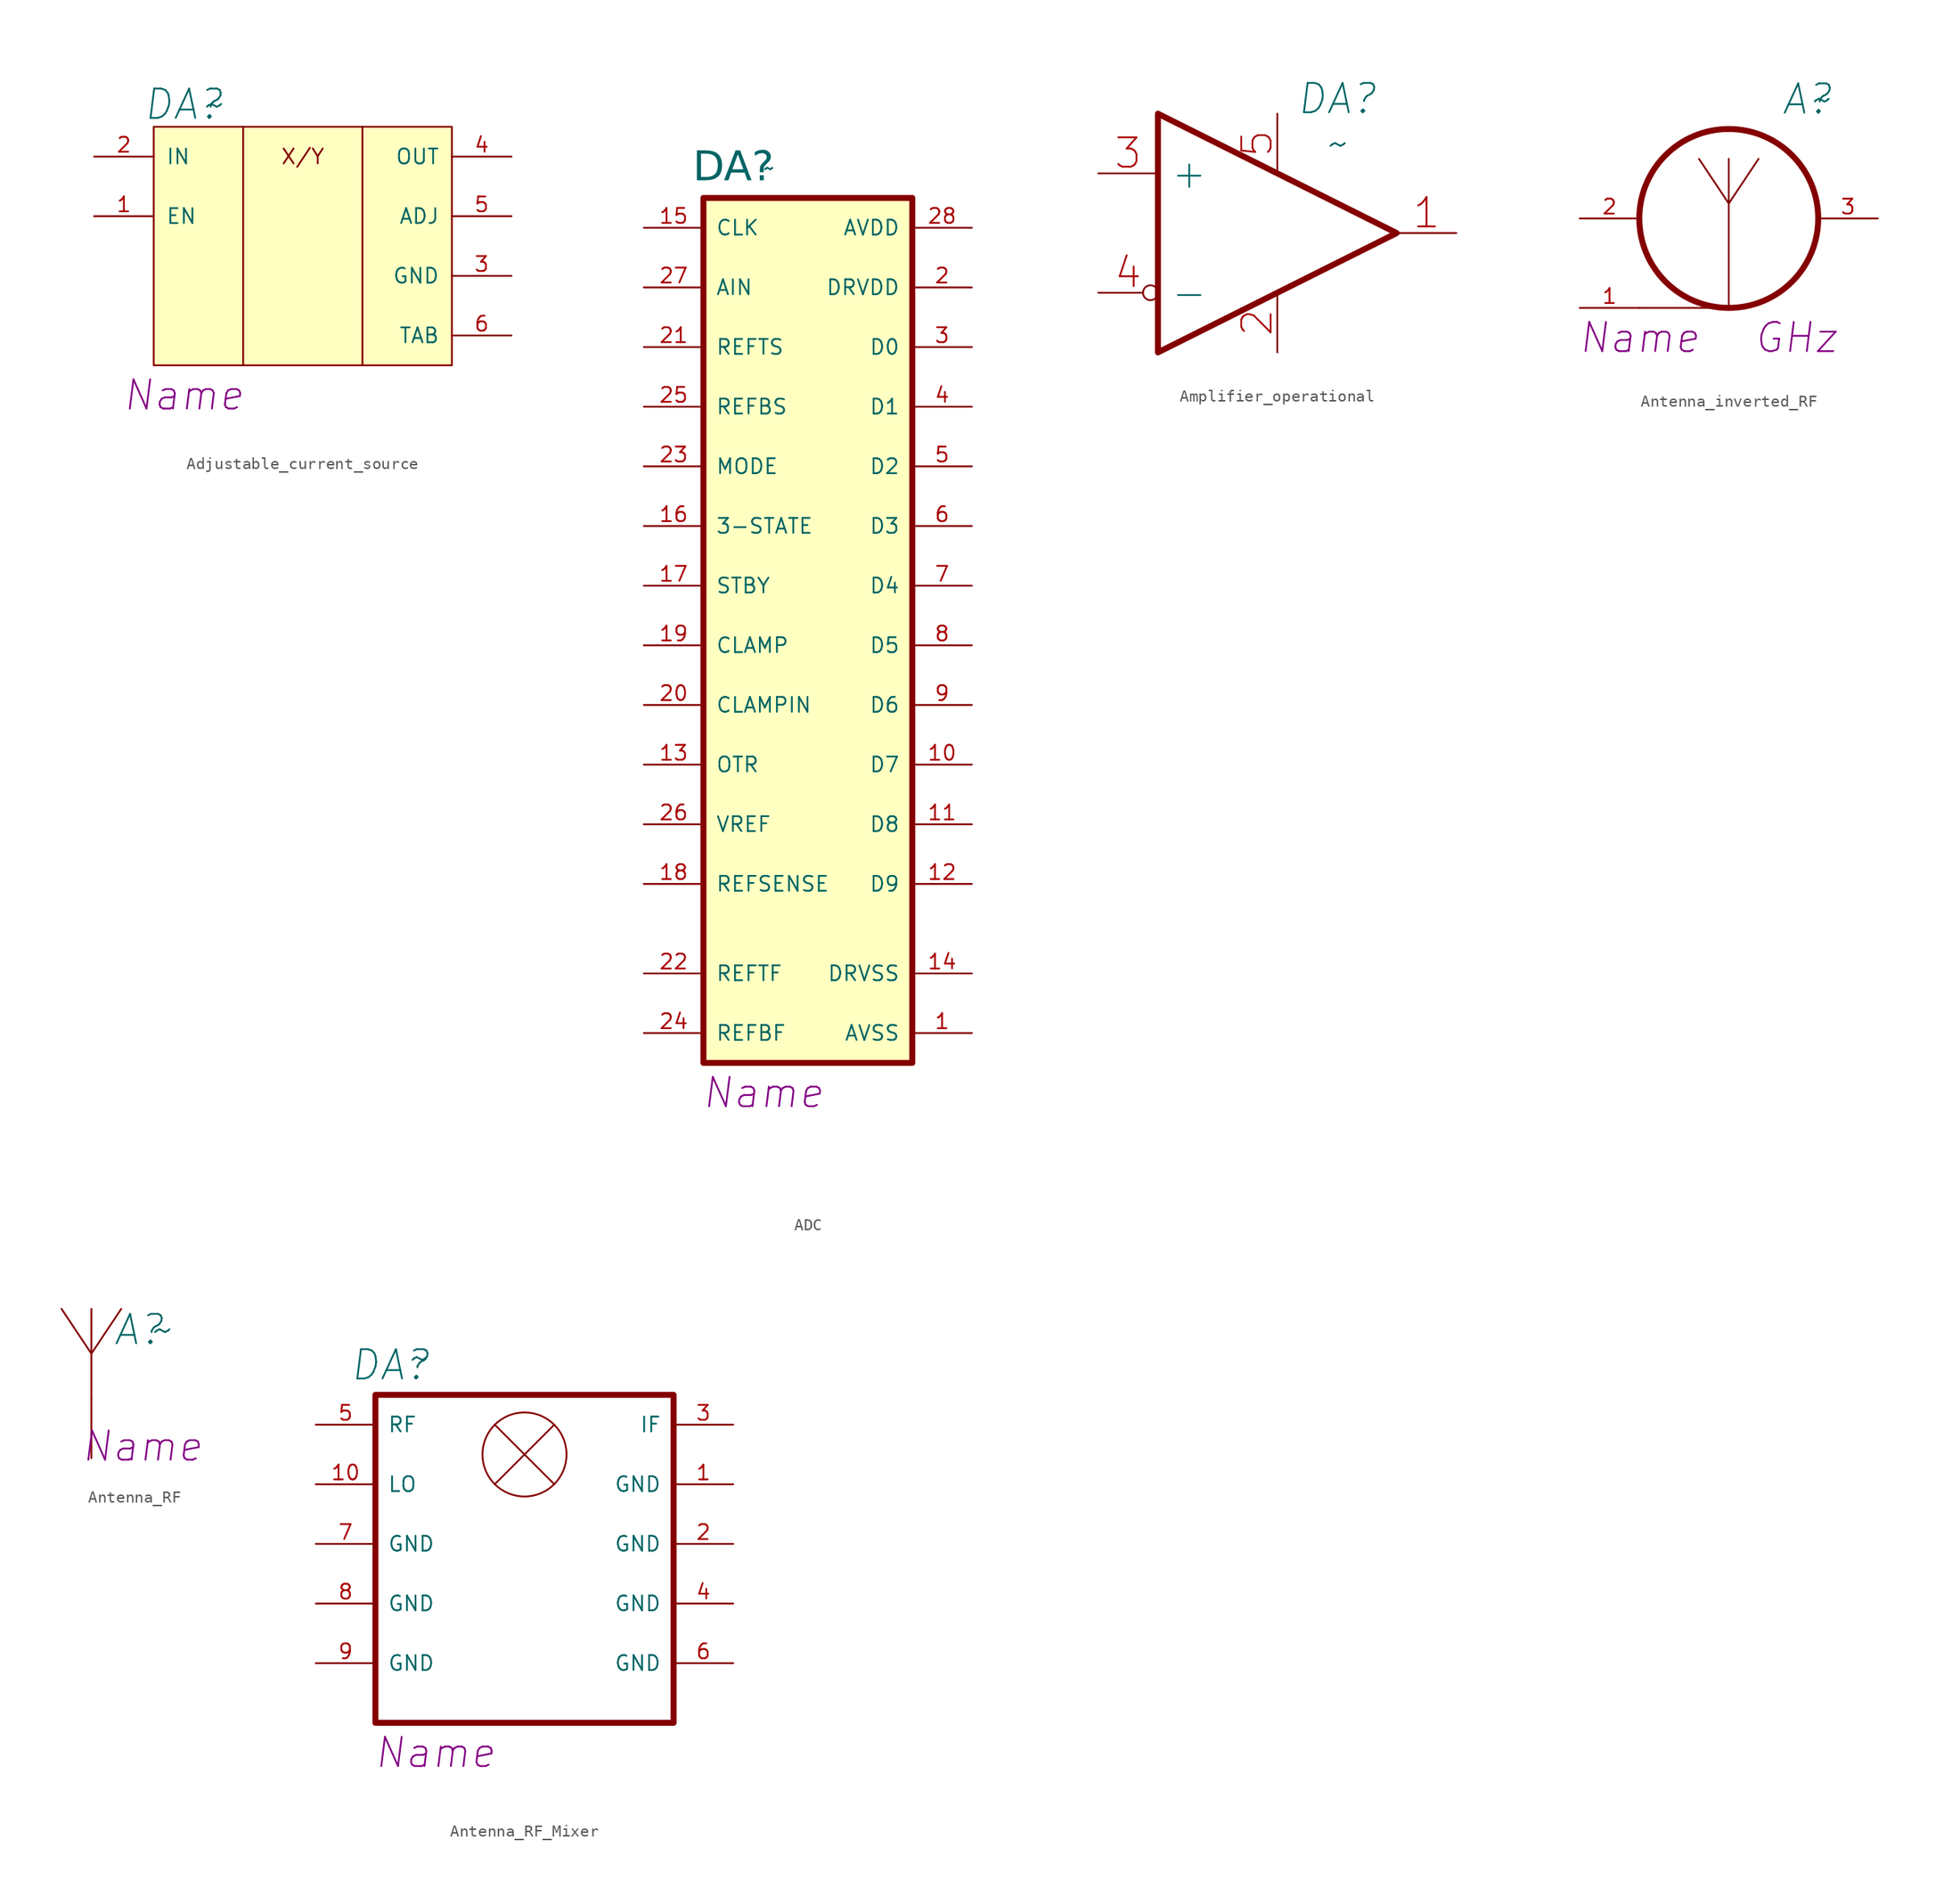
<source format=kicad_sym>
(kicad_symbol_lib
  (version 20241209)
  (generator "kicad_symbol_editor")
  (generator_version "9.0")
  (symbol "Adjustable_current_source"
    (pin_names
      (offset 1.016))
    (property "Reference" "DA"
      (at -10.16 9.525 0)
      (effects (font (size 2.5 2.5) (italic yes))))
    (property "Value" "~"
      (at -7.62 9.525 0)
      (effects (font (size 2.5 2.5) (italic yes))))
    (property "Name" "Name"
      (at -10.16 -15.24 0)
      (effects (font (size 2.489 2.489) (italic yes))))
    (symbol "Adjustable_current_source_0_1"
      (polyline (pts (xy -5.08 7.62) (xy -5.08 -12.7)) (stroke (width 0) (type solid)) (fill (type none)))
      (polyline (pts (xy 5.08 7.62) (xy 5.08 -12.7)) (stroke (width 0) (type solid)) (fill (type none))))
    (symbol "Adjustable_current_source_1_0"
      (text "X/Y" (at 0 5.08 0) (effects (font (size 1.27 1.27)))))
    (symbol "Adjustable_current_source_1_1"
      (rectangle (start -12.7 7.62) (end 12.7 -12.7) (stroke (width 0) (type solid)) (fill (type background)))
      (pin power_in line (at -17.78 5.08 0) (length 5.08) (name "IN" (effects (font (size 1.27 1.27)))) (number "2" (effects (font (size 1.27 1.27)))))
      (pin input line (at -17.78 0 0) (length 5.08) (name "EN" (effects (font (size 1.27 1.27)))) (number "1" (effects (font (size 1.27 1.27)))))
      (pin power_out line (at 17.78 5.08 180) (length 5.08) (name "OUT" (effects (font (size 1.27 1.27)))) (number "4" (effects (font (size 1.27 1.27)))))
      (pin input line (at 17.78 0 180) (length 5.08) (name "ADJ" (effects (font (size 1.27 1.27)))) (number "5" (effects (font (size 1.27 1.27)))))
      (pin power_in line (at 17.78 -5.08 180) (length 5.08) (name "GND" (effects (font (size 1.27 1.27)))) (number "3" (effects (font (size 1.27 1.27)))))
      (pin power_in line (at 17.78 -10.16 180) (length 5.08) (name "TAB" (effects (font (size 1.27 1.27)))) (number "6" (effects (font (size 1.27 1.27)))))))
  (symbol "ADС"
    (pin_names
      (offset 1.016))
    (property "Reference" "DA"
      (at -2.54 22.86 0)
      (effects (font (face "GOST type A") (size 2.5 2.5) (italic yes))))
    (property "Value" "~"
      (at 0.508 22.86 0)
      (effects (font (size 1.27 1.27))))
    (property "Name" "Name"
      (at 0 -55.88 0)
      (effects (font (size 2.5 2.5) (italic yes))))
    (symbol "ADС_1_1"
      (rectangle (start -5.08 20.32) (end 12.7 -53.34) (stroke (width 0.508) (type solid)) (fill (type background)))
      (pin input line (at -10.16 17.78 0) (length 5.08) (name "CLK" (effects (font (size 1.27 1.27)))) (number "15" (effects (font (size 1.27 1.27)))))
      (pin input line (at -10.16 12.7 0) (length 5.08) (name "AIN" (effects (font (size 1.27 1.27)))) (number "27" (effects (font (size 1.27 1.27)))))
      (pin input line (at -10.16 7.62 0) (length 5.08) (name "REFTS" (effects (font (size 1.27 1.27)))) (number "21" (effects (font (size 1.27 1.27)))))
      (pin input line (at -10.16 2.54 0) (length 5.08) (name "REFBS" (effects (font (size 1.27 1.27)))) (number "25" (effects (font (size 1.27 1.27)))))
      (pin input line (at -10.16 -2.54 0) (length 5.08) (name "MODE" (effects (font (size 1.27 1.27)))) (number "23" (effects (font (size 1.27 1.27)))))
      (pin input line (at -10.16 -7.62 0) (length 5.08) (name "3-STATE" (effects (font (size 1.27 1.27)))) (number "16" (effects (font (size 1.27 1.27)))))
      (pin input line (at -10.16 -12.7 0) (length 5.08) (name "STBY" (effects (font (size 1.27 1.27)))) (number "17" (effects (font (size 1.27 1.27)))))
      (pin input line (at -10.16 -17.78 0) (length 5.08) (name "CLAMP" (effects (font (size 1.27 1.27)))) (number "19" (effects (font (size 1.27 1.27)))))
      (pin input line (at -10.16 -22.86 0) (length 5.08) (name "CLAMPIN" (effects (font (size 1.27 1.27)))) (number "20" (effects (font (size 1.27 1.27)))))
      (pin output line (at -10.16 -27.94 0) (length 5.08) (name "OTR" (effects (font (size 1.27 1.27)))) (number "13" (effects (font (size 1.27 1.27)))))
      (pin input line (at -10.16 -33.02 0) (length 5.08) (name "VREF" (effects (font (size 1.27 1.27)))) (number "26" (effects (font (size 1.27 1.27)))))
      (pin input line (at -10.16 -38.1 0) (length 5.08) (name "REFSENSE" (effects (font (size 1.27 1.27)))) (number "18" (effects (font (size 1.27 1.27)))))
      (pin input line (at -10.16 -45.72 0) (length 5.08) (name "REFTF" (effects (font (size 1.27 1.27)))) (number "22" (effects (font (size 1.27 1.27)))))
      (pin input line (at -10.16 -50.8 0) (length 5.08) (name "REFBF" (effects (font (size 1.27 1.27)))) (number "24" (effects (font (size 1.27 1.27)))))
      (pin power_in line (at 17.78 17.78 180) (length 5.08) (name "AVDD" (effects (font (size 1.27 1.27)))) (number "28" (effects (font (size 1.27 1.27)))))
      (pin power_in line (at 17.78 12.7 180) (length 5.08) (name "DRVDD" (effects (font (size 1.27 1.27)))) (number "2" (effects (font (size 1.27 1.27)))))
      (pin input line (at 17.78 7.62 180) (length 5.08) (name "D0" (effects (font (size 1.27 1.27)))) (number "3" (effects (font (size 1.27 1.27)))))
      (pin input line (at 17.78 2.54 180) (length 5.08) (name "D1" (effects (font (size 1.27 1.27)))) (number "4" (effects (font (size 1.27 1.27)))))
      (pin input line (at 17.78 -2.54 180) (length 5.08) (name "D2" (effects (font (size 1.27 1.27)))) (number "5" (effects (font (size 1.27 1.27)))))
      (pin input line (at 17.78 -7.62 180) (length 5.08) (name "D3" (effects (font (size 1.27 1.27)))) (number "6" (effects (font (size 1.27 1.27)))))
      (pin input line (at 17.78 -12.7 180) (length 5.08) (name "D4" (effects (font (size 1.27 1.27)))) (number "7" (effects (font (size 1.27 1.27)))))
      (pin input line (at 17.78 -17.78 180) (length 5.08) (name "D5" (effects (font (size 1.27 1.27)))) (number "8" (effects (font (size 1.27 1.27)))))
      (pin input line (at 17.78 -22.86 180) (length 5.08) (name "D6" (effects (font (size 1.27 1.27)))) (number "9" (effects (font (size 1.27 1.27)))))
      (pin input line (at 17.78 -27.94 180) (length 5.08) (name "D7" (effects (font (size 1.27 1.27)))) (number "10" (effects (font (size 1.27 1.27)))))
      (pin input line (at 17.78 -33.02 180) (length 5.08) (name "D8" (effects (font (size 1.27 1.27)))) (number "11" (effects (font (size 1.27 1.27)))))
      (pin input line (at 17.78 -38.1 180) (length 5.08) (name "D9" (effects (font (size 1.27 1.27)))) (number "12" (effects (font (size 1.27 1.27)))))
      (pin power_in line (at 17.78 -45.72 180) (length 5.08) (name "DRVSS" (effects (font (size 1.27 1.27)))) (number "14" (effects (font (size 1.27 1.27)))))
      (pin power_in line (at 17.78 -50.8 180) (length 5.08) (name "AVSS" (effects (font (size 1.27 1.27)))) (number "1" (effects (font (size 1.27 1.27)))))))
  (symbol "Amplifier_operational"
    (pin_names
      (offset 1.016))
    (property "Reference" "DA"
      (at 5.08 11.43 0)
      (effects (font (size 2.5 2.5) (italic yes))))
    (property "Value" "~"
      (at 5.08 7.62 0)
      (effects (font (size 2.5 2.5) (italic yes))))
    (symbol "Amplifier_operational_1_1"
      (polyline (pts (xy -10.16 10.16) (xy -10.16 -10.16) (xy 10.16 0) (xy -10.16 10.16)) (stroke (width 0.508) (type solid)) (fill (type none)))
      (pin input line (at -15.24 5.08 0) (length 5.08) (name "+" (effects (font (size 2.5 2.5)))) (number "3" (effects (font (size 2.5 2.5)))))
      (pin input inverted (at -15.24 -5.08 0) (length 5.08) (name "-" (effects (font (size 2.5 2.5)))) (number "4" (effects (font (size 2.5 2.5)))))
      (pin power_in line (at 0 10.16 270) (length 5.08) (name "~" (effects (font (size 2.5 2.5)))) (number "5" (effects (font (size 2.5 2.5)))))
      (pin power_in line (at 0 -10.16 90) (length 5.08) (name "~" (effects (font (size 2.5 2.5)))) (number "2" (effects (font (size 2.5 2.5)))))
      (pin output line (at 15.24 0 180) (length 5.08) (name "~" (effects (font (size 2.5 2.5)))) (number "1" (effects (font (size 2.5 2.5)))))))
  (symbol "Antenna_inverted_RF"
    (pin_names
      (offset 1.016)
      (hide yes))
    (property "Reference" "A"
      (at 4.445 10.16 0)
      (effects (font (size 2.5 2.5) (italic yes)) (justify left)))
    (property "Value" "~"
      (at 6.985 10.16 0)
      (effects (font (size 2.5 2.5)) (justify left)))
    (property "Value_1" "GHz"
      (at 5.715 -10.16 0)
      (effects (font (size 2.489 2.489) (italic yes))))
    (property "Name" "Name"
      (at -7.62 -10.16 0)
      (effects (font (size 2.489 2.489) (italic yes))))
    (symbol "Antenna_inverted_RF_0_1"
      (polyline (pts (xy -7.62 -7.62) (xy 0 -7.62) (xy 0 -2.54)) (stroke (width 0) (type solid)) (fill (type none)))
      (circle (center 0 0) (radius 7.62) (stroke (width 0.508) (type solid)) (fill (type none)))
      (polyline (pts (xy 0 -2.54) (xy 0 5.08)) (stroke (width 0) (type solid)) (fill (type none)))
      (polyline (pts (xy 2.54 5.08) (xy 0 1.27) (xy -2.54 5.08)) (stroke (width 0) (type solid)) (fill (type none))))
    (symbol "Antenna_inverted_RF_1_1"
      (pin passive line (at -12.7 0 0) (length 5.08) (name "2" (effects (font (size 1.27 1.27)))) (number "2" (effects (font (size 1.27 1.27)))))
      (pin passive line (at -12.7 -7.62 0) (length 5.08) (name "1" (effects (font (size 1.27 1.27)))) (number "1" (effects (font (size 1.27 1.27)))))
      (pin passive line (at 12.7 0 180) (length 5.08) (name "3" (effects (font (size 1.27 1.27)))) (number "3" (effects (font (size 1.27 1.27)))))))
  (symbol "Antenna_RF"
    (pin_numbers
      (hide yes))
    (pin_names
      (offset 1.016)
      (hide yes))
    (property "Reference" "A"
      (at 4.064 5.334 0)
      (effects (font (size 2.5 2.5) (italic yes))))
    (property "Value" "~"
      (at 5.969 5.334 0)
      (effects (font (size 2.5 2.5) (italic yes))))
    (property "Name" "Name"
      (at 4.318 -4.572 0)
      (effects (font (size 2.489 2.489) (italic yes))))
    (symbol "Antenna_RF_0_1"
      (polyline (pts (xy 0 -0.508) (xy 0 7.112)) (stroke (width 0) (type solid)) (fill (type none)))
      (polyline (pts (xy 2.54 7.112) (xy 0 3.302) (xy -2.54 7.112)) (stroke (width 0) (type solid)) (fill (type none))))
    (symbol "Antenna_RF_1_1"
      (pin passive line (at 0 -5.588 90) (length 5.08) (name "1" (effects (font (size 1.27 1.27)))) (number "1" (effects (font (size 1.27 1.27)))))))
  (symbol "Antenna_RF_Mixer"
    (pin_names
      (offset 1.016))
    (property "Reference" "DA"
      (at -11.43 12.7 0)
      (effects (font (size 2.5 2.5) (italic yes))))
    (property "Value" "~"
      (at -8.89 13.335 0)
      (effects (font (size 2.5 2.5))))
    (property "ComponentName" "Name"
      (at -7.62 -20.32 0)
      (effects (font (size 2.489 2.489) (italic yes))))
    (symbol "Antenna_RF_Mixer_0_0"
      (polyline (pts (xy -2.54 7.62) (xy 2.54 2.54)) (stroke (width 0) (type solid)) (fill (type none)))
      (circle (center 0 5.08) (radius 3.581) (stroke (width 0) (type solid)) (fill (type none)))
      (polyline (pts (xy 2.54 7.62) (xy -2.54 2.54)) (stroke (width 0) (type solid)) (fill (type none))))
    (symbol "Antenna_RF_Mixer_0_1"
      (rectangle (start -12.7 10.16) (end 12.7 -17.78) (stroke (width 0.508) (type solid)) (fill (type none))))
    (symbol "Antenna_RF_Mixer_1_1"
      (pin input line (at -17.78 7.62 0) (length 5.08) (name "RF" (effects (font (size 1.27 1.27)))) (number "5" (effects (font (size 1.27 1.27)))))
      (pin input line (at -17.78 2.54 0) (length 5.08) (name "LO" (effects (font (size 1.27 1.27)))) (number "10" (effects (font (size 1.27 1.27)))))
      (pin power_in line (at -17.78 -2.54 0) (length 5.08) (name "GND" (effects (font (size 1.27 1.27)))) (number "7" (effects (font (size 1.27 1.27)))))
      (pin power_in line (at -17.78 -7.62 0) (length 5.08) (name "GND" (effects (font (size 1.27 1.27)))) (number "8" (effects (font (size 1.27 1.27)))))
      (pin power_in line (at -17.78 -12.7 0) (length 5.08) (name "GND" (effects (font (size 1.27 1.27)))) (number "9" (effects (font (size 1.27 1.27)))))
      (pin output line (at 17.78 7.62 180) (length 5.08) (name "IF" (effects (font (size 1.27 1.27)))) (number "3" (effects (font (size 1.27 1.27)))))
      (pin power_in line (at 17.78 2.54 180) (length 5.08) (name "GND" (effects (font (size 1.27 1.27)))) (number "1" (effects (font (size 1.27 1.27)))))
      (pin power_in line (at 17.78 -2.54 180) (length 5.08) (name "GND" (effects (font (size 1.27 1.27)))) (number "2" (effects (font (size 1.27 1.27)))))
      (pin power_in line (at 17.78 -7.62 180) (length 5.08) (name "GND" (effects (font (size 1.27 1.27)))) (number "4" (effects (font (size 1.27 1.27)))))
      (pin power_in line (at 17.78 -12.7 180) (length 5.08) (name "GND" (effects (font (size 1.27 1.27)))) (number "6" (effects (font (size 1.27 1.27))))))))
</source>
